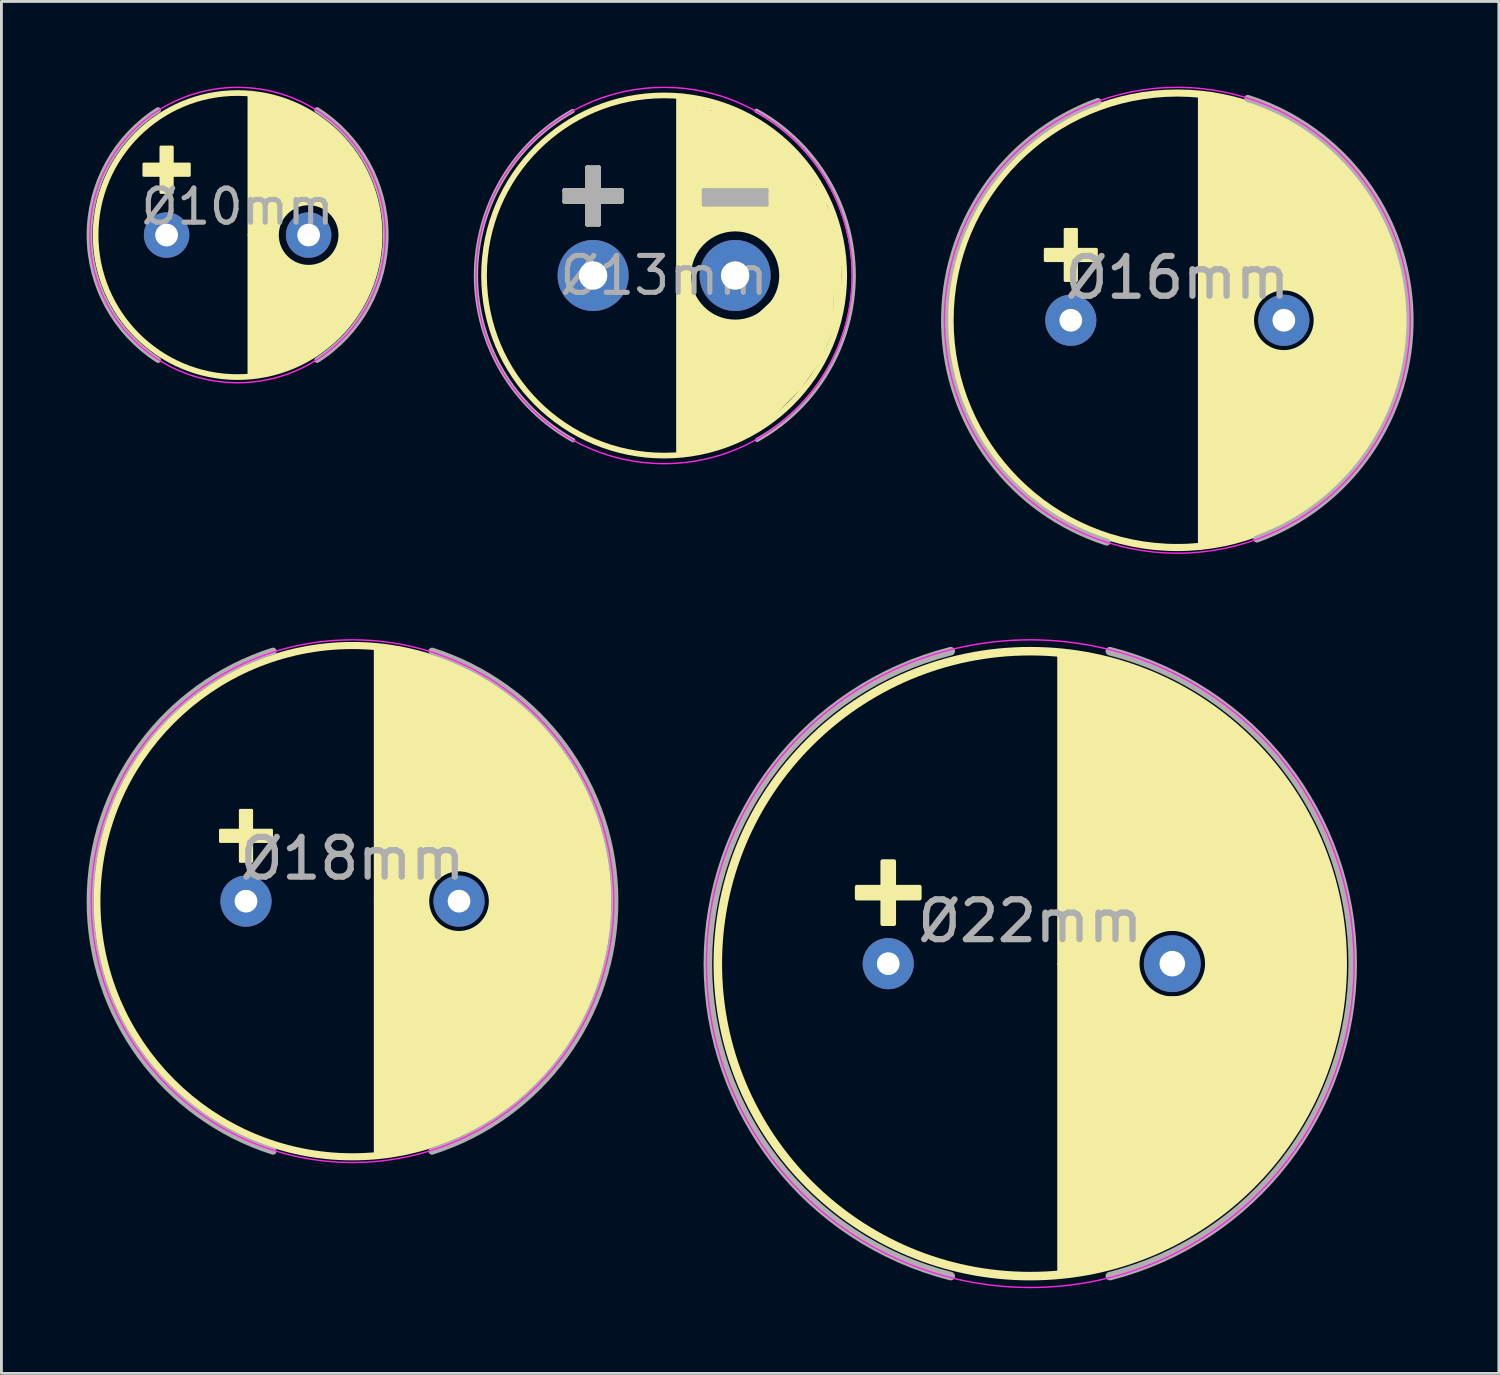
<source format=kicad_pcb>
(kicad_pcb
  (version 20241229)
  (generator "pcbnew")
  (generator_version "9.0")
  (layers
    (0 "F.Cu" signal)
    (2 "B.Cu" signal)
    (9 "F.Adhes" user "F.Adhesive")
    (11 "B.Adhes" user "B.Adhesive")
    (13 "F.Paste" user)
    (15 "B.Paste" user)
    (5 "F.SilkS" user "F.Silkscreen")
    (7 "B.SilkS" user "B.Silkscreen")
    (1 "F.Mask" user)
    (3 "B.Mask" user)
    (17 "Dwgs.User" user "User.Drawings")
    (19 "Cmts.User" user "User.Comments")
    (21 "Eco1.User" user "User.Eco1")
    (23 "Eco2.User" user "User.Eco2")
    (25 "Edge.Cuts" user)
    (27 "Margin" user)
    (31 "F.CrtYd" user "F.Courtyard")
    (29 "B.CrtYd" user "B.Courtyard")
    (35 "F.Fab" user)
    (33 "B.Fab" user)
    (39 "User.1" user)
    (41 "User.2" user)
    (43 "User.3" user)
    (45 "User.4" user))
  (footprint "Ø22mm"
    (layer "F.Cu")
    (at 33.22 30.875)
    (property "Reference" "Ø22mm" (at 0 -1.5 0) (layer "F.Fab") (effects (font (size 1.4 1.4) (thickness 0.22))))
    (attr through_hole)
    (fp_circle (center 0 0) (end 11 0) (stroke (width 0.3) (type solid)) (fill no) (layer "F.SilkS"))
    (fp_circle (center 5 0) (end 6.4 -0.1) (stroke (width 0.5) (type solid)) (fill no) (layer "F.SilkS"))
    (fp_poly (pts (xy -4.8 -2.7) (xy -3.9 -2.7) (xy -3.9 -2.3) (xy -4.8 -2.3) (xy -4.8 -1.4) (xy -5.2 -1.4) (xy -5.2 -2.3) (xy -6.1 -2.3) (xy -6.1 -2.7) (xy -5.2 -2.7) (xy -5.2 -3.6) (xy -4.8 -3.6)) (stroke (width 0.15) (type solid)) (fill yes) (layer "F.SilkS"))
    (fp_poly (pts (xy 3 -10.6) (xy 5.4 -9.6) (xy 8.2 -7.4) (xy 9.8 -5) (xy 10.8 -2.2) (xy 11 0) (xy 6.404 0) (xy 5.8 -1.2) (xy 4.2 -1.2) (xy 3.6 0) (xy 1 0) (xy 1 -11)) (stroke (width 0.1) (type solid)) (fill yes) (layer "F.SilkS"))
    (fp_poly (pts (xy 3 10.6) (xy 5.4 9.6) (xy 8.2 7.4) (xy 9.8 5) (xy 10.8 2.2) (xy 11 0) (xy 6.404 0) (xy 5.8 1.2) (xy 4.2 1.2) (xy 3.6 0) (xy 1 0) (xy 1 11)) (stroke (width 0.1) (type solid)) (fill yes) (layer "F.SilkS"))
    (fp_circle (center 0 0) (end 11.4 0) (stroke (width 0.05) (type solid)) (fill no) (layer "F.CrtYd"))
    (fp_arc (start -2.8 11) (mid -11.350771 0) (end -2.8 -11) (stroke (width 0.3) (type solid)) (layer "F.Fab"))
    (fp_arc (start 2.8 -11) (mid 11.350771 0) (end 2.8 11) (stroke (width 0.3) (type solid)) (layer "F.Fab"))
    (pad "1" thru_hole circle (at -5 0) (size 1.8 1.8) (drill 0.8) (layers "*.Cu" "*.Mask"))
    (pad "2" thru_hole circle (at 5 0) (size 2 2) (drill 0.9) (layers "*.Cu" "*.Mask")))
  (footprint "Ø16mm"
    (layer "F.Cu")
    (at 38.397 8.225)
    (property "Reference" "Ø16mm" (at 0 -1.5 0) (layer "F.Fab") (effects (font (size 1.4 1.4) (thickness 0.22))))
    (attr through_hole)
    (fp_circle (center 0 0) (end 8 0) (stroke (width 0.25) (type solid)) (fill no) (layer "F.SilkS"))
    (fp_circle (center 3.75 0) (end 5.05 0) (stroke (width 0.5) (type solid)) (fill no) (layer "F.SilkS"))
    (fp_poly (pts (xy 3 -1.2) (xy 4.6 -1.2) (xy 5.05 0) (xy 8 0) (xy 7.8 -1.7) (xy 6.8 -4.2) (xy 4.8 -6.4) (xy 2.4 -7.6) (xy 0.8 -7.9) (xy 0.8 0) (xy 2.45 0)) (stroke (width 0.15) (type solid)) (fill yes) (layer "F.SilkS"))
    (fp_poly (pts (xy 3 1.2) (xy 4.6 1.2) (xy 5.05 0) (xy 8 0) (xy 7.8 1.7) (xy 6.8 4.2) (xy 4.8 6.4) (xy 2.4 7.6) (xy 0.8 7.9) (xy 0.8 0) (xy 2.45 0)) (stroke (width 0.15) (type solid)) (fill yes) (layer "F.SilkS"))
    (fp_poly (pts (xy -3.55 -2.5) (xy -2.85 -2.5) (xy -2.85 -2.1) (xy -3.55 -2.1) (xy -3.55 -1.4) (xy -3.95 -1.4) (xy -3.95 -2.1) (xy -4.65 -2.1) (xy -4.65 -2.5) (xy -3.95 -2.5) (xy -3.95 -3.2) (xy -3.55 -3.2)) (stroke (width 0.1) (type solid)) (fill yes) (layer "F.SilkS"))
    (fp_circle (center 0 0) (end 8.2 0) (stroke (width 0.05) (type solid)) (fill no) (layer "F.CrtYd"))
    (fp_arc (start -2.479707 7.809037) (mid -8.191544 0.169172) (end -2.8 -7.7) (stroke (width 0.25) (type solid)) (layer "F.Fab"))
    (fp_arc (start 2.479707 -7.809037) (mid 8.191544 -0.169172) (end 2.8 7.7) (stroke (width 0.25) (type solid)) (layer "F.Fab"))
    (pad "1" thru_hole circle (at -3.75 0) (size 1.8 1.8) (drill 0.8) (layers "*.Cu" "*.Mask"))
    (pad "2" thru_hole circle (at 3.75 0) (size 1.8 1.8) (drill 0.8) (layers "*.Cu" "*.Mask")))
  (footprint "Ø10mm"
    (layer "F.Cu")
    (at 5.315 5.225)
    (property "Reference" "Ø10mm" (at 0 -1 0) (layer "F.Fab") (effects (font (size 1.2 1.2) (thickness 0.18))))
    (attr through_hole)
    (fp_circle (center 0 0) (end 5 0) (stroke (width 0.2) (type solid)) (fill no) (layer "F.SilkS"))
    (fp_circle (center 2.5 0) (end 3.8 0) (stroke (width 0.5) (type solid)) (fill no) (layer "F.SilkS"))
    (fp_poly (pts (xy 1.6 -1) (xy 2.5 -1.3) (xy 3.4 -1) (xy 3.8 0) (xy 5 0) (xy 4.8 -1.2) (xy 4 -3) (xy 2.4 -4.4) (xy 0.4 -5) (xy 0.4 0) (xy 1.2 0)) (stroke (width 0.1) (type solid)) (fill yes) (layer "F.SilkS"))
    (fp_poly (pts (xy 1.6 1) (xy 2.5 1.3) (xy 3.4 1) (xy 3.8 0) (xy 5 0) (xy 4.8 1.2) (xy 4 3) (xy 2.4 4.4) (xy 0.4 5) (xy 0.4 0) (xy 1.2 0)) (stroke (width 0.1) (type solid)) (fill yes) (layer "F.SilkS"))
    (fp_poly (pts (xy -2.3 -2.5) (xy -1.7 -2.5) (xy -1.7 -2.1) (xy -2.3 -2.1) (xy -2.3 -1.5) (xy -2.7 -1.5) (xy -2.7 -2.1) (xy -3.3 -2.1) (xy -3.3 -2.5) (xy -2.7 -2.5) (xy -2.7 -3.1) (xy -2.3 -3.1)) (stroke (width 0.1) (type solid)) (fill yes) (layer "F.SilkS"))
    (fp_circle (center 0 0) (end 0 5.2) (stroke (width 0.05) (type solid)) (fill no) (layer "F.CrtYd"))
    (fp_arc (start -2.796744 4.402069) (mid -5.21536 0.001929) (end -2.799999 -4.399999) (stroke (width 0.2) (type solid)) (layer "F.Fab"))
    (fp_arc (start 2.796744 -4.402069) (mid 5.21536 -0.001929) (end 2.799999 4.399999) (stroke (width 0.2) (type solid)) (layer "F.Fab"))
    (pad "1" thru_hole circle (at -2.5 0) (size 1.6 1.6) (drill 0.8) (layers "*.Cu" "*.Mask"))
    (pad "2" thru_hole circle (at 2.5 0) (size 1.6 1.6) (drill 0.8) (layers "*.Cu" "*.Mask")))
  (footprint "Ø18mm"
    (layer "F.Cu")
    (at 9.36 28.675)
    (property "Reference" "Ø18mm" (at 0 -1.5 0) (layer "F.Fab") (effects (font (size 1.4 1.4) (thickness 0.22))))
    (attr through_hole)
    (fp_circle (center 0 0) (end 9 0) (stroke (width 0.25) (type solid)) (fill no) (layer "F.SilkS"))
    (fp_circle (center 3.75 0) (end 5.05 0) (stroke (width 0.5) (type solid)) (fill no) (layer "F.SilkS"))
    (fp_poly (pts (xy -3.55 -2.5) (xy -2.85 -2.5) (xy -2.85 -2.1) (xy -3.55 -2.1) (xy -3.55 -1.4) (xy -3.95 -1.4) (xy -3.95 -2.1) (xy -4.65 -2.1) (xy -4.65 -2.5) (xy -3.95 -2.5) (xy -3.95 -3.2) (xy -3.55 -3.2)) (stroke (width 0.1) (type solid)) (fill yes) (layer "F.SilkS"))
    (fp_poly (pts (xy 3.2 -1.2) (xy 4.4 -1.2) (xy 5.2 0) (xy 9 0) (xy 8.9 -1.6) (xy 8.1 -3.9) (xy 7.2 -5.4) (xy 5.4 -7.2) (xy 3.2 -8.4) (xy 0.8 -9) (xy 0.8 0) (xy 2.2 0)) (stroke (width 0.1) (type solid)) (fill yes) (layer "F.SilkS"))
    (fp_poly (pts (xy 3.2 1.2) (xy 4.4 1.2) (xy 5.2 0) (xy 9 0) (xy 8.9 1.5) (xy 8.3 3.5) (xy 7.2 5.4) (xy 5.4 7.2) (xy 3.2 8.4) (xy 0.8 9) (xy 0.8 0) (xy 2.2 0)) (stroke (width 0.1) (type solid)) (fill yes) (layer "F.SilkS"))
    (fp_circle (center 0 0) (end 9.2 0) (stroke (width 0.05) (type solid)) (fill no) (layer "F.CrtYd"))
    (fp_arc (start -2.799962 8.800012) (mid -9.234717 0.00002) (end -2.8 -8.8) (stroke (width 0.25) (type solid)) (layer "F.Fab"))
    (fp_arc (start 2.799962 -8.800012) (mid 9.234717 -0.00002) (end 2.8 8.8) (stroke (width 0.25) (type solid)) (layer "F.Fab"))
    (pad "1" thru_hole circle (at -3.75 0) (size 1.8 1.8) (drill 0.8) (layers "*.Cu" "*.Mask"))
    (pad "2" thru_hole circle (at 3.75 0) (size 1.8 1.8) (drill 0.8) (layers "*.Cu" "*.Mask")))
  (footprint "Ø13mm"
    (layer "F.Cu")
    (at 20.33 6.649)
    (property "Reference" "Ø13mm" (at 0 0 0) (layer "F.Fab") (effects (font (size 1.3 1.3) (thickness 0.18))))
    (attr through_hole)
    (fp_line (start -3.5 -3) (end -2.7 -3) (stroke (width 0.15) (type solid)) (layer "F.SilkS"))
    (fp_line (start -3.5 -2.6) (end -3.5 -3) (stroke (width 0.15) (type solid)) (layer "F.SilkS"))
    (fp_line (start -3.3 -2.8) (end -1.7 -2.8) (stroke (width 0.4) (type solid)) (layer "F.SilkS"))
    (fp_line (start -2.7 -3.8) (end -2.3 -3.8) (stroke (width 0.15) (type solid)) (layer "F.SilkS"))
    (fp_line (start -2.7 -3) (end -2.7 -3.8) (stroke (width 0.15) (type solid)) (layer "F.SilkS"))
    (fp_line (start -2.7 -2.6) (end -3.5 -2.6) (stroke (width 0.15) (type solid)) (layer "F.SilkS"))
    (fp_line (start -2.7 -1.8) (end -2.7 -2.6) (stroke (width 0.15) (type solid)) (layer "F.SilkS"))
    (fp_line (start -2.5 -3.6) (end -2.5 -2) (stroke (width 0.4) (type solid)) (layer "F.SilkS"))
    (fp_line (start -2.3 -3.8) (end -2.3 -3) (stroke (width 0.15) (type solid)) (layer "F.SilkS"))
    (fp_line (start -2.3 -3) (end -1.5 -3) (stroke (width 0.15) (type solid)) (layer "F.SilkS"))
    (fp_line (start -2.3 -2.6) (end -2.3 -1.8) (stroke (width 0.15) (type solid)) (layer "F.SilkS"))
    (fp_line (start -2.3 -1.8) (end -2.7 -1.8) (stroke (width 0.15) (type solid)) (layer "F.SilkS"))
    (fp_line (start -1.5 -3) (end -1.5 -2.6) (stroke (width 0.15) (type solid)) (layer "F.SilkS"))
    (fp_line (start -1.5 -2.6) (end -2.3 -2.6) (stroke (width 0.15) (type solid)) (layer "F.SilkS"))
    (fp_line (start 0.5 -6.3) (end 0.5 6.2) (stroke (width 0.15) (type solid)) (layer "F.SilkS"))
    (fp_line (start 0.6 -6.1) (end 2 -5.9) (stroke (width 0.3) (type solid)) (layer "F.SilkS"))
    (fp_line (start 0.6 6.2) (end 0.6 -6.1) (stroke (width 0.3) (type solid)) (layer "F.SilkS"))
    (fp_line (start 0.8 -5.8) (end 2 -5.6) (stroke (width 0.3) (type solid)) (layer "F.SilkS"))
    (fp_line (start 0.8 6.1) (end 0.8 -5.8) (stroke (width 0.3) (type solid)) (layer "F.SilkS"))
    (fp_line (start 0.9 -1.2) (end 1 -5.5) (stroke (width 0.5) (type solid)) (layer "F.SilkS"))
    (fp_line (start 0.9 1.2) (end 1.7 1.8) (stroke (width 0.5) (type solid)) (layer "F.SilkS"))
    (fp_line (start 1 -5.5) (end 2.5 -5) (stroke (width 0.5) (type solid)) (layer "F.SilkS"))
    (fp_line (start 1.1 -3.3) (end 3.9 -3.3) (stroke (width 0.3) (type solid)) (layer "F.SilkS"))
    (fp_line (start 1.1 1.7) (end 1.4 1.9) (stroke (width 0.5) (type solid)) (layer "F.SilkS"))
    (fp_line (start 1.1 5.8) (end 1.1 1.7) (stroke (width 0.5) (type solid)) (layer "F.SilkS"))
    (fp_line (start 1.2 -3.2) (end 2 -3.3) (stroke (width 0.15) (type solid)) (layer "F.SilkS"))
    (fp_line (start 1.2 -2.3) (end 1.2 -3.2) (stroke (width 0.15) (type solid)) (layer "F.SilkS"))
    (fp_line (start 1.2 -1.8) (end 1.5 -2) (stroke (width 0.3) (type solid)) (layer "F.SilkS"))
    (fp_line (start 1.3 -3.1) (end 1.3 -2.4) (stroke (width 0.15) (type solid)) (layer "F.SilkS"))
    (fp_line (start 1.3 6) (end 0.8 6.1) (stroke (width 0.3) (type solid)) (layer "F.SilkS"))
    (fp_line (start 1.4 -4.2) (end 2.4 -4.2) (stroke (width 0.5) (type solid)) (layer "F.SilkS"))
    (fp_line (start 1.4 -3.6) (end 1.4 -4.2) (stroke (width 0.5) (type solid)) (layer "F.SilkS"))
    (fp_line (start 1.4 -2.4) (end 3.7 -2.4) (stroke (width 0.15) (type solid)) (layer "F.SilkS"))
    (fp_line (start 1.5 -2) (end 1.2 -2) (stroke (width 0.3) (type solid)) (layer "F.SilkS"))
    (fp_line (start 1.6 -1.8) (end 0.9 -1.2) (stroke (width 0.5) (type solid)) (layer "F.SilkS"))
    (fp_line (start 1.6 2.4) (end 1.7 5.2) (stroke (width 1) (type solid)) (layer "F.SilkS"))
    (fp_line (start 1.7 1.8) (end 3.3 1.9) (stroke (width 0.5) (type solid)) (layer "F.SilkS"))
    (fp_line (start 1.7 5.2) (end 3.7 3.7) (stroke (width 1) (type solid)) (layer "F.SilkS"))
    (fp_line (start 1.8 -4.7) (end 1.4 -4.8) (stroke (width 1) (type solid)) (layer "F.SilkS"))
    (fp_line (start 1.8 -3.9) (end 1.6 -3.9) (stroke (width 0.5) (type solid)) (layer "F.SilkS"))
    (fp_line (start 1.9 -5.3) (end 4 -3.5) (stroke (width 1) (type solid)) (layer "F.SilkS"))
    (fp_line (start 2 -5.9) (end 3.9 -4.8) (stroke (width 0.3) (type solid)) (layer "F.SilkS"))
    (fp_line (start 2 -5.6) (end 3.7 -4.6) (stroke (width 0.3) (type solid)) (layer "F.SilkS"))
    (fp_line (start 2.1 2.3) (end 2.8 2.5) (stroke (width 1) (type solid)) (layer "F.SilkS"))
    (fp_line (start 2.2 5.5) (end 1.1 5.8) (stroke (width 0.5) (type solid)) (layer "F.SilkS"))
    (fp_line (start 2.4 -4.2) (end 2.8 -3.9) (stroke (width 0.5) (type solid)) (layer "F.SilkS"))
    (fp_line (start 2.4 4) (end 2.1 2.3) (stroke (width 1) (type solid)) (layer "F.SilkS"))
    (fp_line (start 2.5 -5) (end 3.7 -4.2) (stroke (width 0.5) (type solid)) (layer "F.SilkS"))
    (fp_line (start 2.6 5.6) (end 1.3 6) (stroke (width 0.3) (type solid)) (layer "F.SilkS"))
    (fp_line (start 2.7 -2) (end 1.6 -1.8) (stroke (width 0.5) (type solid)) (layer "F.SilkS"))
    (fp_line (start 2.8 -3.9) (end 1.8 -3.9) (stroke (width 0.5) (type solid)) (layer "F.SilkS"))
    (fp_line (start 2.8 2.5) (end 4.4 1) (stroke (width 1) (type solid)) (layer "F.SilkS"))
    (fp_line (start 3.3 -3.5) (end 1.4 -3.6) (stroke (width 0.5) (type solid)) (layer "F.SilkS"))
    (fp_line (start 3.3 -2) (end 4.1 -2) (stroke (width 0.5) (type solid)) (layer "F.SilkS"))
    (fp_line (start 3.3 1.9) (end 4.1 1.2) (stroke (width 0.5) (type solid)) (layer "F.SilkS"))
    (fp_line (start 3.6 -1.7) (end 2.7 -2) (stroke (width 0.5) (type solid)) (layer "F.SilkS"))
    (fp_line (start 3.7 -4.6) (end 4.8 -3.5) (stroke (width 0.3) (type solid)) (layer "F.SilkS"))
    (fp_line (start 3.7 -4.2) (end 5 -2.8) (stroke (width 0.5) (type solid)) (layer "F.SilkS"))
    (fp_line (start 3.7 -3.1) (end 1.4 -3.1) (stroke (width 0.15) (type solid)) (layer "F.SilkS"))
    (fp_line (start 3.7 -2.4) (end 3.7 -3.1) (stroke (width 0.15) (type solid)) (layer "F.SilkS"))
    (fp_line (start 3.7 3.7) (end 5.1 1.3) (stroke (width 1) (type solid)) (layer "F.SilkS"))
    (fp_line (start 3.7 4.6) (end 2.2 5.5) (stroke (width 0.5) (type solid)) (layer "F.SilkS"))
    (fp_line (start 3.7 4.9) (end 2.6 5.6) (stroke (width 0.3) (type solid)) (layer "F.SilkS"))
    (fp_line (start 3.9 -4.8) (end 5 -3.6) (stroke (width 0.3) (type solid)) (layer "F.SilkS"))
    (fp_line (start 3.9 -3.3) (end 3.9 -2.2) (stroke (width 0.3) (type solid)) (layer "F.SilkS"))
    (fp_line (start 3.9 -2.2) (end 1.2 -2.2) (stroke (width 0.3) (type solid)) (layer "F.SilkS"))
    (fp_line (start 4 -3.5) (end 5.6 -1) (stroke (width 1) (type solid)) (layer "F.SilkS"))
    (fp_line (start 4.1 -2) (end 4.3 -1.4) (stroke (width 0.5) (type solid)) (layer "F.SilkS"))
    (fp_line (start 4.1 1.2) (end 4.4 0.1) (stroke (width 0.5) (type solid)) (layer "F.SilkS"))
    (fp_line (start 4.2 -1.1) (end 3.6 -1.7) (stroke (width 0.5) (type solid)) (layer "F.SilkS"))
    (fp_line (start 4.3 -2.2) (end 4.1 -2.2) (stroke (width 0.5) (type solid)) (layer "F.SilkS"))
    (fp_line (start 4.3 -1.4) (end 3.8 -1.8) (stroke (width 0.5) (type solid)) (layer "F.SilkS"))
    (fp_line (start 4.4 0.1) (end 4.2 -1.1) (stroke (width 0.5) (type solid)) (layer "F.SilkS"))
    (fp_line (start 4.6 1.1) (end 2.4 4) (stroke (width 1) (type solid)) (layer "F.SilkS"))
    (fp_line (start 4.7 3.9) (end 3.7 4.9) (stroke (width 0.3) (type solid)) (layer "F.SilkS"))
    (fp_line (start 4.8 -3.5) (end 5.6 -2.6) (stroke (width 0.3) (type solid)) (layer "F.SilkS"))
    (fp_line (start 4.8 -1.6) (end 4.3 -2.8) (stroke (width 1) (type solid)) (layer "F.SilkS"))
    (fp_line (start 4.8 3.2) (end 5.2 2.7) (stroke (width 0.5) (type solid)) (layer "F.SilkS"))
    (fp_line (start 5 -3.6) (end 5.9 -1.8) (stroke (width 0.3) (type solid)) (layer "F.SilkS"))
    (fp_line (start 5 -2.8) (end 5.5 -1.1) (stroke (width 0.5) (type solid)) (layer "F.SilkS"))
    (fp_line (start 5.1 1.3) (end 4.8 -1.6) (stroke (width 1) (type solid)) (layer "F.SilkS"))
    (fp_line (start 5.2 -2.7) (end 5.9 -1) (stroke (width 0.3) (type solid)) (layer "F.SilkS"))
    (fp_line (start 5.2 2.7) (end 3.7 4.6) (stroke (width 0.5) (type solid)) (layer "F.SilkS"))
    (fp_line (start 5.4 -3) (end 5.2 -2.7) (stroke (width 0.3) (type solid)) (layer "F.SilkS"))
    (fp_line (start 5.4 2.9) (end 4.7 3.9) (stroke (width 0.3) (type solid)) (layer "F.SilkS"))
    (fp_line (start 5.5 -1.1) (end 5.7 1.4) (stroke (width 0.5) (type solid)) (layer "F.SilkS"))
    (fp_line (start 5.6 -2.6) (end 5.4 -3) (stroke (width 0.3) (type solid)) (layer "F.SilkS"))
    (fp_line (start 5.6 -2) (end 5.8 -1.7) (stroke (width 0.5) (type solid)) (layer "F.SilkS"))
    (fp_line (start 5.6 -1) (end 4.6 1.1) (stroke (width 1) (type solid)) (layer "F.SilkS"))
    (fp_line (start 5.7 1.4) (end 4.8 3.2) (stroke (width 0.5) (type solid)) (layer "F.SilkS"))
    (fp_line (start 5.9 -1.8) (end 6.1 -1) (stroke (width 0.3) (type solid)) (layer "F.SilkS"))
    (fp_line (start 5.9 -1) (end 5.8 1.2) (stroke (width 0.3) (type solid)) (layer "F.SilkS"))
    (fp_line (start 6.1 -1) (end 6.1 1.2) (stroke (width 0.3) (type solid)) (layer "F.SilkS"))
    (fp_line (start 6.1 1.2) (end 5.4 2.9) (stroke (width 0.3) (type solid)) (layer "F.SilkS"))
    (fp_circle (center 0 0) (end 6.34 0) (stroke (width 0.2) (type solid)) (fill no) (layer "F.SilkS"))
    (fp_circle (center 2.5 0) (end 3.8 1.1) (stroke (width 0.3) (type solid)) (fill no) (layer "F.SilkS"))
    (fp_circle (center 0 0) (end 3.2 5.8) (stroke (width 0.05) (type solid)) (fill no) (layer "F.CrtYd"))
    (fp_line (start -3.5 -3) (end -3.5 -2.6) (stroke (width 0.15) (type solid)) (layer "F.Fab"))
    (fp_line (start -3.5 -2.6) (end -2.7 -2.6) (stroke (width 0.15) (type solid)) (layer "F.Fab"))
    (fp_line (start -3.3 -2.8) (end -1.7 -2.8) (stroke (width 0.4) (type solid)) (layer "F.Fab"))
    (fp_line (start -2.7 -3.8) (end -2.7 -3) (stroke (width 0.15) (type solid)) (layer "F.Fab"))
    (fp_line (start -2.7 -3) (end -3.5 -3) (stroke (width 0.15) (type solid)) (layer "F.Fab"))
    (fp_line (start -2.7 -2.6) (end -2.7 -1.8) (stroke (width 0.15) (type solid)) (layer "F.Fab"))
    (fp_line (start -2.7 -1.8) (end -2.3 -1.8) (stroke (width 0.15) (type solid)) (layer "F.Fab"))
    (fp_line (start -2.5 -3.6) (end -2.5 -2) (stroke (width 0.4) (type solid)) (layer "F.Fab"))
    (fp_line (start -2.3 -3.8) (end -2.7 -3.8) (stroke (width 0.15) (type solid)) (layer "F.Fab"))
    (fp_line (start -2.3 -3) (end -2.3 -3.8) (stroke (width 0.15) (type solid)) (layer "F.Fab"))
    (fp_line (start -2.3 -2.6) (end -1.5 -2.6) (stroke (width 0.15) (type solid)) (layer "F.Fab"))
    (fp_line (start -2.3 -1.8) (end -2.3 -2.6) (stroke (width 0.15) (type solid)) (layer "F.Fab"))
    (fp_line (start -1.5 -3) (end -2.3 -3) (stroke (width 0.15) (type solid)) (layer "F.Fab"))
    (fp_line (start -1.5 -2.6) (end -1.5 -3) (stroke (width 0.15) (type solid)) (layer "F.Fab"))
    (fp_line (start 1.4 -3) (end 3.6 -3) (stroke (width 0.15) (type solid)) (layer "F.Fab"))
    (fp_line (start 1.4 -2.5) (end 1.4 -3) (stroke (width 0.15) (type solid)) (layer "F.Fab"))
    (fp_line (start 1.6 -2.8) (end 3.4 -2.8) (stroke (width 0.4) (type solid)) (layer "F.Fab"))
    (fp_line (start 3.4 -2.8) (end 3.4 -2.7) (stroke (width 0.4) (type solid)) (layer "F.Fab"))
    (fp_line (start 3.4 -2.7) (end 1.6 -2.7) (stroke (width 0.4) (type solid)) (layer "F.Fab"))
    (fp_line (start 3.6 -3) (end 3.6 -2.5) (stroke (width 0.15) (type solid)) (layer "F.Fab"))
    (fp_line (start 3.6 -2.5) (end 1.4 -2.5) (stroke (width 0.15) (type solid)) (layer "F.Fab"))
    (fp_arc (start -3.2 5.8) (mid -6.624185 0.013113) (end -3.222937 -5.787286) (stroke (width 0.15) (type solid)) (layer "F.Fab"))
    (fp_arc (start 3.25 -5.8) (mid 6.674185 -0.013113) (end 3.272937 5.787286) (stroke (width 0.15) (type solid)) (layer "F.Fab"))
    (pad "1" thru_hole circle (at -2.5 0) (size 2.5 2.5) (drill 1) (layers "*.Cu" "*.Mask"))
    (pad "2" thru_hole circle (at 2.5 0) (size 2.5 2.5) (drill 1) (layers "*.Cu" "*.Mask")))
  (gr_rect
    (start -3 -3)
    (end 49.716 45.3)
    (stroke (width 0.1) (type default))
    (fill no)
    (layer "Edge.Cuts")))
</source>
